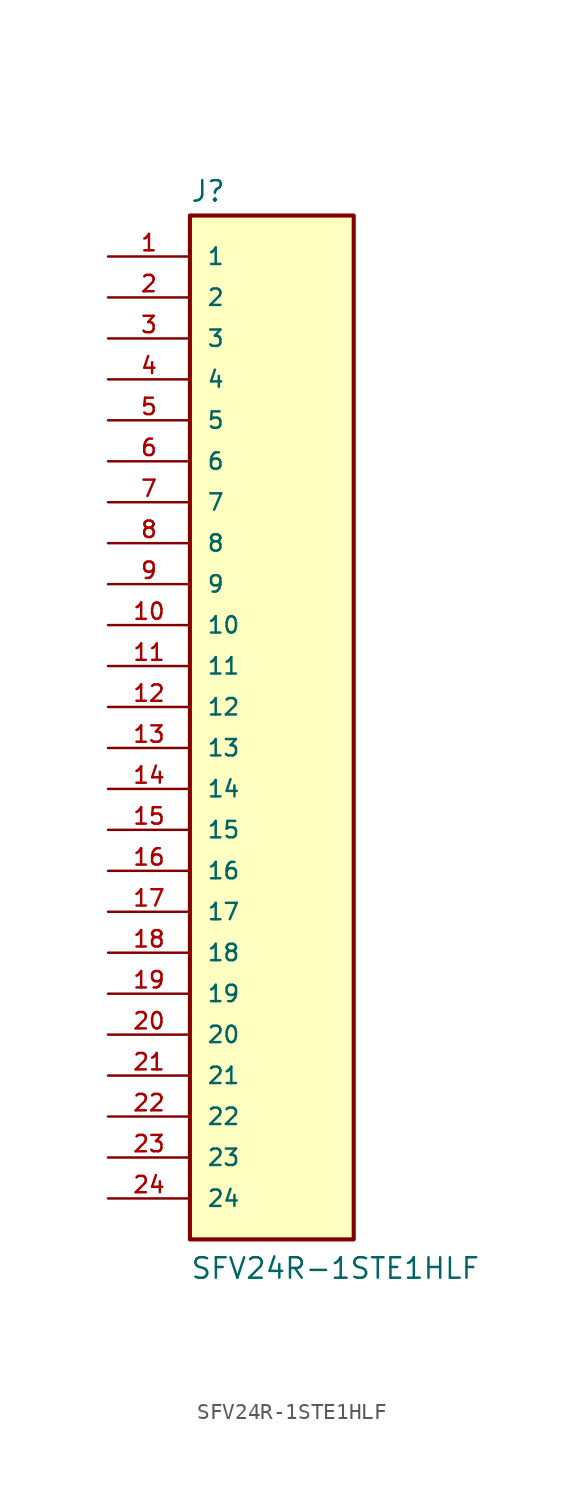
<source format=kicad_sym>
(kicad_symbol_lib
  (version 20211014)
  (generator kicad_symbol_editor)
  (symbol "SFV24R-1STE1HLF"
    (pin_names
      (offset 1.016))
    (property "Reference" "J"
      (at -5.08 33.782 0)
      (effects (font (size 1.27 1.27)) (justify bottom left)))
    (property "Value" "SFV24R-1STE1HLF"
      (at -5.08 -33.02 0)
      (effects (font (size 1.27 1.27)) (justify bottom left)))
    (symbol "SFV24R-1STE1HLF_0_0"
      (rectangle (start -5.08 -30.48) (end 5.08 33.02) (stroke (width 0.254)) (fill (type background)))
      (pin passive line (at -10.16 30.48 0) (length 5.08) (name "1" (effects (font (size 1.016 1.016)))) (number "1" (effects (font (size 1.016 1.016)))))
      (pin passive line (at -10.16 27.94 0) (length 5.08) (name "2" (effects (font (size 1.016 1.016)))) (number "2" (effects (font (size 1.016 1.016)))))
      (pin passive line (at -10.16 25.4 0) (length 5.08) (name "3" (effects (font (size 1.016 1.016)))) (number "3" (effects (font (size 1.016 1.016)))))
      (pin passive line (at -10.16 22.86 0) (length 5.08) (name "4" (effects (font (size 1.016 1.016)))) (number "4" (effects (font (size 1.016 1.016)))))
      (pin passive line (at -10.16 20.32 0) (length 5.08) (name "5" (effects (font (size 1.016 1.016)))) (number "5" (effects (font (size 1.016 1.016)))))
      (pin passive line (at -10.16 17.78 0) (length 5.08) (name "6" (effects (font (size 1.016 1.016)))) (number "6" (effects (font (size 1.016 1.016)))))
      (pin passive line (at -10.16 15.24 0) (length 5.08) (name "7" (effects (font (size 1.016 1.016)))) (number "7" (effects (font (size 1.016 1.016)))))
      (pin passive line (at -10.16 12.7 0) (length 5.08) (name "8" (effects (font (size 1.016 1.016)))) (number "8" (effects (font (size 1.016 1.016)))))
      (pin passive line (at -10.16 10.16 0) (length 5.08) (name "9" (effects (font (size 1.016 1.016)))) (number "9" (effects (font (size 1.016 1.016)))))
      (pin passive line (at -10.16 7.62 0) (length 5.08) (name "10" (effects (font (size 1.016 1.016)))) (number "10" (effects (font (size 1.016 1.016)))))
      (pin passive line (at -10.16 5.08 0) (length 5.08) (name "11" (effects (font (size 1.016 1.016)))) (number "11" (effects (font (size 1.016 1.016)))))
      (pin passive line (at -10.16 2.54 0) (length 5.08) (name "12" (effects (font (size 1.016 1.016)))) (number "12" (effects (font (size 1.016 1.016)))))
      (pin passive line (at -10.16 0.0 0) (length 5.08) (name "13" (effects (font (size 1.016 1.016)))) (number "13" (effects (font (size 1.016 1.016)))))
      (pin passive line (at -10.16 -2.54 0) (length 5.08) (name "14" (effects (font (size 1.016 1.016)))) (number "14" (effects (font (size 1.016 1.016)))))
      (pin passive line (at -10.16 -5.08 0) (length 5.08) (name "15" (effects (font (size 1.016 1.016)))) (number "15" (effects (font (size 1.016 1.016)))))
      (pin passive line (at -10.16 -7.62 0) (length 5.08) (name "16" (effects (font (size 1.016 1.016)))) (number "16" (effects (font (size 1.016 1.016)))))
      (pin passive line (at -10.16 -10.16 0) (length 5.08) (name "17" (effects (font (size 1.016 1.016)))) (number "17" (effects (font (size 1.016 1.016)))))
      (pin passive line (at -10.16 -12.7 0) (length 5.08) (name "18" (effects (font (size 1.016 1.016)))) (number "18" (effects (font (size 1.016 1.016)))))
      (pin passive line (at -10.16 -15.24 0) (length 5.08) (name "19" (effects (font (size 1.016 1.016)))) (number "19" (effects (font (size 1.016 1.016)))))
      (pin passive line (at -10.16 -17.78 0) (length 5.08) (name "20" (effects (font (size 1.016 1.016)))) (number "20" (effects (font (size 1.016 1.016)))))
      (pin passive line (at -10.16 -20.32 0) (length 5.08) (name "21" (effects (font (size 1.016 1.016)))) (number "21" (effects (font (size 1.016 1.016)))))
      (pin passive line (at -10.16 -22.86 0) (length 5.08) (name "22" (effects (font (size 1.016 1.016)))) (number "22" (effects (font (size 1.016 1.016)))))
      (pin passive line (at -10.16 -25.4 0) (length 5.08) (name "23" (effects (font (size 1.016 1.016)))) (number "23" (effects (font (size 1.016 1.016)))))
      (pin passive line (at -10.16 -27.94 0) (length 5.08) (name "24" (effects (font (size 1.016 1.016)))) (number "24" (effects (font (size 1.016 1.016))))))))
</source>
